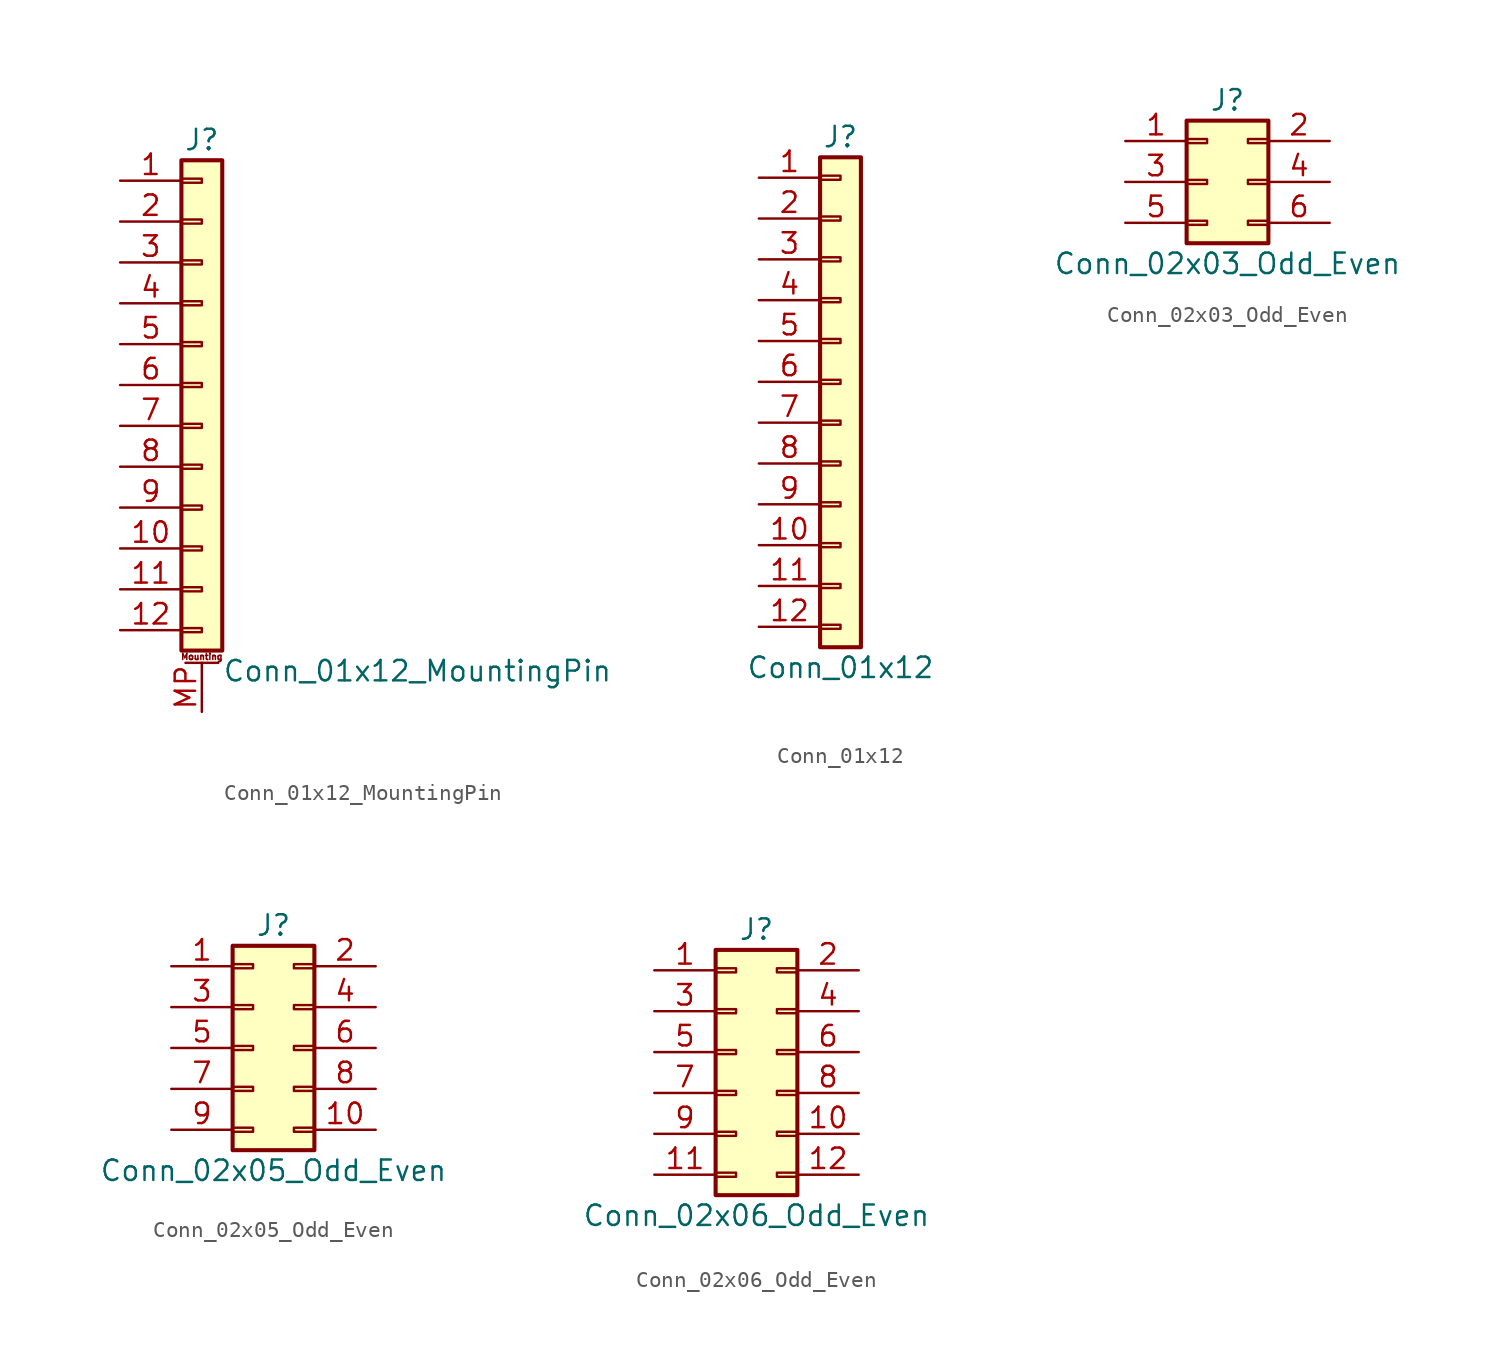
<source format=kicad_sym>
(kicad_symbol_lib
  (version 20241209)
  (generator "kicad_symbol_editor")
  (generator_version "9.0")
  (symbol "Conn_01x12_MountingPin"
    (pin_names
      (offset 1.016)
      (hide yes))
    (property "Reference" "J"
      (at 0 15.24 0)
      (effects (font (size 1.27 1.27))))
    (property "Value" "Conn_01x12_MountingPin"
      (at 1.27 -17.78 0)
      (effects (font (size 1.27 1.27)) (justify left)))
    (symbol "Conn_01x12_MountingPin_1_1"
      (rectangle (start -1.27 13.97) (end 1.27 -16.51) (stroke (width 0.254) (type default)) (fill (type background)))
      (rectangle (start -1.27 12.827) (end 0 12.573) (stroke (width 0.152) (type default)) (fill (type none)))
      (rectangle (start -1.27 10.287) (end 0 10.033) (stroke (width 0.152) (type default)) (fill (type none)))
      (rectangle (start -1.27 7.747) (end 0 7.493) (stroke (width 0.152) (type default)) (fill (type none)))
      (rectangle (start -1.27 5.207) (end 0 4.953) (stroke (width 0.152) (type default)) (fill (type none)))
      (rectangle (start -1.27 2.667) (end 0 2.413) (stroke (width 0.152) (type default)) (fill (type none)))
      (rectangle (start -1.27 0.127) (end 0 -0.127) (stroke (width 0.152) (type default)) (fill (type none)))
      (rectangle (start -1.27 -2.413) (end 0 -2.667) (stroke (width 0.152) (type default)) (fill (type none)))
      (rectangle (start -1.27 -4.953) (end 0 -5.207) (stroke (width 0.152) (type default)) (fill (type none)))
      (rectangle (start -1.27 -7.493) (end 0 -7.747) (stroke (width 0.152) (type default)) (fill (type none)))
      (rectangle (start -1.27 -10.033) (end 0 -10.287) (stroke (width 0.152) (type default)) (fill (type none)))
      (rectangle (start -1.27 -12.573) (end 0 -12.827) (stroke (width 0.152) (type default)) (fill (type none)))
      (rectangle (start -1.27 -15.113) (end 0 -15.367) (stroke (width 0.152) (type default)) (fill (type none)))
      (polyline (pts (xy -1.016 -17.272) (xy 1.016 -17.272)) (stroke (width 0.152) (type default)) (fill (type none)))
      (text "Mounting" (at 0 -16.891 0) (effects (font (size 0.381 0.381))))
      (pin passive line (at -5.08 12.7 0) (length 3.81) (name "Pin_1" (effects (font (size 1.27 1.27)))) (number "1" (effects (font (size 1.27 1.27)))))
      (pin passive line (at -5.08 10.16 0) (length 3.81) (name "Pin_2" (effects (font (size 1.27 1.27)))) (number "2" (effects (font (size 1.27 1.27)))))
      (pin passive line (at -5.08 7.62 0) (length 3.81) (name "Pin_3" (effects (font (size 1.27 1.27)))) (number "3" (effects (font (size 1.27 1.27)))))
      (pin passive line (at -5.08 5.08 0) (length 3.81) (name "Pin_4" (effects (font (size 1.27 1.27)))) (number "4" (effects (font (size 1.27 1.27)))))
      (pin passive line (at -5.08 2.54 0) (length 3.81) (name "Pin_5" (effects (font (size 1.27 1.27)))) (number "5" (effects (font (size 1.27 1.27)))))
      (pin passive line (at -5.08 0 0) (length 3.81) (name "Pin_6" (effects (font (size 1.27 1.27)))) (number "6" (effects (font (size 1.27 1.27)))))
      (pin passive line (at -5.08 -2.54 0) (length 3.81) (name "Pin_7" (effects (font (size 1.27 1.27)))) (number "7" (effects (font (size 1.27 1.27)))))
      (pin passive line (at -5.08 -5.08 0) (length 3.81) (name "Pin_8" (effects (font (size 1.27 1.27)))) (number "8" (effects (font (size 1.27 1.27)))))
      (pin passive line (at -5.08 -7.62 0) (length 3.81) (name "Pin_9" (effects (font (size 1.27 1.27)))) (number "9" (effects (font (size 1.27 1.27)))))
      (pin passive line (at -5.08 -10.16 0) (length 3.81) (name "Pin_10" (effects (font (size 1.27 1.27)))) (number "10" (effects (font (size 1.27 1.27)))))
      (pin passive line (at -5.08 -12.7 0) (length 3.81) (name "Pin_11" (effects (font (size 1.27 1.27)))) (number "11" (effects (font (size 1.27 1.27)))))
      (pin passive line (at -5.08 -15.24 0) (length 3.81) (name "Pin_12" (effects (font (size 1.27 1.27)))) (number "12" (effects (font (size 1.27 1.27)))))
      (pin passive line (at 0 -20.32 90) (length 3.048) (name "MountPin" (effects (font (size 1.27 1.27)))) (number "MP" (effects (font (size 1.27 1.27)))))))
  (symbol "Conn_01x12"
    (pin_names
      (offset 1.016)
      (hide yes))
    (property "Reference" "J"
      (at 0 15.24 0)
      (effects (font (size 1.27 1.27))))
    (property "Value" "Conn_01x12"
      (at 0 -17.78 0)
      (effects (font (size 1.27 1.27))))
    (symbol "Conn_01x12_1_1"
      (rectangle (start -1.27 13.97) (end 1.27 -16.51) (stroke (width 0.254) (type default)) (fill (type background)))
      (rectangle (start -1.27 12.827) (end 0 12.573) (stroke (width 0.152) (type default)) (fill (type none)))
      (rectangle (start -1.27 10.287) (end 0 10.033) (stroke (width 0.152) (type default)) (fill (type none)))
      (rectangle (start -1.27 7.747) (end 0 7.493) (stroke (width 0.152) (type default)) (fill (type none)))
      (rectangle (start -1.27 5.207) (end 0 4.953) (stroke (width 0.152) (type default)) (fill (type none)))
      (rectangle (start -1.27 2.667) (end 0 2.413) (stroke (width 0.152) (type default)) (fill (type none)))
      (rectangle (start -1.27 0.127) (end 0 -0.127) (stroke (width 0.152) (type default)) (fill (type none)))
      (rectangle (start -1.27 -2.413) (end 0 -2.667) (stroke (width 0.152) (type default)) (fill (type none)))
      (rectangle (start -1.27 -4.953) (end 0 -5.207) (stroke (width 0.152) (type default)) (fill (type none)))
      (rectangle (start -1.27 -7.493) (end 0 -7.747) (stroke (width 0.152) (type default)) (fill (type none)))
      (rectangle (start -1.27 -10.033) (end 0 -10.287) (stroke (width 0.152) (type default)) (fill (type none)))
      (rectangle (start -1.27 -12.573) (end 0 -12.827) (stroke (width 0.152) (type default)) (fill (type none)))
      (rectangle (start -1.27 -15.113) (end 0 -15.367) (stroke (width 0.152) (type default)) (fill (type none)))
      (pin passive line (at -5.08 12.7 0) (length 3.81) (name "Pin_1" (effects (font (size 1.27 1.27)))) (number "1" (effects (font (size 1.27 1.27)))))
      (pin passive line (at -5.08 10.16 0) (length 3.81) (name "Pin_2" (effects (font (size 1.27 1.27)))) (number "2" (effects (font (size 1.27 1.27)))))
      (pin passive line (at -5.08 7.62 0) (length 3.81) (name "Pin_3" (effects (font (size 1.27 1.27)))) (number "3" (effects (font (size 1.27 1.27)))))
      (pin passive line (at -5.08 5.08 0) (length 3.81) (name "Pin_4" (effects (font (size 1.27 1.27)))) (number "4" (effects (font (size 1.27 1.27)))))
      (pin passive line (at -5.08 2.54 0) (length 3.81) (name "Pin_5" (effects (font (size 1.27 1.27)))) (number "5" (effects (font (size 1.27 1.27)))))
      (pin passive line (at -5.08 0 0) (length 3.81) (name "Pin_6" (effects (font (size 1.27 1.27)))) (number "6" (effects (font (size 1.27 1.27)))))
      (pin passive line (at -5.08 -2.54 0) (length 3.81) (name "Pin_7" (effects (font (size 1.27 1.27)))) (number "7" (effects (font (size 1.27 1.27)))))
      (pin passive line (at -5.08 -5.08 0) (length 3.81) (name "Pin_8" (effects (font (size 1.27 1.27)))) (number "8" (effects (font (size 1.27 1.27)))))
      (pin passive line (at -5.08 -7.62 0) (length 3.81) (name "Pin_9" (effects (font (size 1.27 1.27)))) (number "9" (effects (font (size 1.27 1.27)))))
      (pin passive line (at -5.08 -10.16 0) (length 3.81) (name "Pin_10" (effects (font (size 1.27 1.27)))) (number "10" (effects (font (size 1.27 1.27)))))
      (pin passive line (at -5.08 -12.7 0) (length 3.81) (name "Pin_11" (effects (font (size 1.27 1.27)))) (number "11" (effects (font (size 1.27 1.27)))))
      (pin passive line (at -5.08 -15.24 0) (length 3.81) (name "Pin_12" (effects (font (size 1.27 1.27)))) (number "12" (effects (font (size 1.27 1.27)))))))
  (symbol "Conn_02x03_Odd_Even"
    (pin_names
      (offset 1.016)
      (hide yes))
    (property "Reference" "J"
      (at 1.27 5.08 0)
      (effects (font (size 1.27 1.27))))
    (property "Value" "Conn_02x03_Odd_Even"
      (at 1.27 -5.08 0)
      (effects (font (size 1.27 1.27))))
    (symbol "Conn_02x03_Odd_Even_1_1"
      (rectangle (start -1.27 3.81) (end 3.81 -3.81) (stroke (width 0.254) (type default)) (fill (type background)))
      (rectangle (start -1.27 2.667) (end 0 2.413) (stroke (width 0.152) (type default)) (fill (type none)))
      (rectangle (start -1.27 0.127) (end 0 -0.127) (stroke (width 0.152) (type default)) (fill (type none)))
      (rectangle (start -1.27 -2.413) (end 0 -2.667) (stroke (width 0.152) (type default)) (fill (type none)))
      (rectangle (start 3.81 2.667) (end 2.54 2.413) (stroke (width 0.152) (type default)) (fill (type none)))
      (rectangle (start 3.81 0.127) (end 2.54 -0.127) (stroke (width 0.152) (type default)) (fill (type none)))
      (rectangle (start 3.81 -2.413) (end 2.54 -2.667) (stroke (width 0.152) (type default)) (fill (type none)))
      (pin passive line (at -5.08 2.54 0) (length 3.81) (name "Pin_1" (effects (font (size 1.27 1.27)))) (number "1" (effects (font (size 1.27 1.27)))))
      (pin passive line (at -5.08 0 0) (length 3.81) (name "Pin_3" (effects (font (size 1.27 1.27)))) (number "3" (effects (font (size 1.27 1.27)))))
      (pin passive line (at -5.08 -2.54 0) (length 3.81) (name "Pin_5" (effects (font (size 1.27 1.27)))) (number "5" (effects (font (size 1.27 1.27)))))
      (pin passive line (at 7.62 2.54 180) (length 3.81) (name "Pin_2" (effects (font (size 1.27 1.27)))) (number "2" (effects (font (size 1.27 1.27)))))
      (pin passive line (at 7.62 0 180) (length 3.81) (name "Pin_4" (effects (font (size 1.27 1.27)))) (number "4" (effects (font (size 1.27 1.27)))))
      (pin passive line (at 7.62 -2.54 180) (length 3.81) (name "Pin_6" (effects (font (size 1.27 1.27)))) (number "6" (effects (font (size 1.27 1.27)))))))
  (symbol "Conn_02x05_Odd_Even"
    (pin_names
      (offset 1.016)
      (hide yes))
    (property "Reference" "J"
      (at 1.27 7.62 0)
      (effects (font (size 1.27 1.27))))
    (property "Value" "Conn_02x05_Odd_Even"
      (at 1.27 -7.62 0)
      (effects (font (size 1.27 1.27))))
    (symbol "Conn_02x05_Odd_Even_1_1"
      (rectangle (start -1.27 6.35) (end 3.81 -6.35) (stroke (width 0.254) (type default)) (fill (type background)))
      (rectangle (start -1.27 5.207) (end 0 4.953) (stroke (width 0.152) (type default)) (fill (type none)))
      (rectangle (start -1.27 2.667) (end 0 2.413) (stroke (width 0.152) (type default)) (fill (type none)))
      (rectangle (start -1.27 0.127) (end 0 -0.127) (stroke (width 0.152) (type default)) (fill (type none)))
      (rectangle (start -1.27 -2.413) (end 0 -2.667) (stroke (width 0.152) (type default)) (fill (type none)))
      (rectangle (start -1.27 -4.953) (end 0 -5.207) (stroke (width 0.152) (type default)) (fill (type none)))
      (rectangle (start 3.81 5.207) (end 2.54 4.953) (stroke (width 0.152) (type default)) (fill (type none)))
      (rectangle (start 3.81 2.667) (end 2.54 2.413) (stroke (width 0.152) (type default)) (fill (type none)))
      (rectangle (start 3.81 0.127) (end 2.54 -0.127) (stroke (width 0.152) (type default)) (fill (type none)))
      (rectangle (start 3.81 -2.413) (end 2.54 -2.667) (stroke (width 0.152) (type default)) (fill (type none)))
      (rectangle (start 3.81 -4.953) (end 2.54 -5.207) (stroke (width 0.152) (type default)) (fill (type none)))
      (pin passive line (at -5.08 5.08 0) (length 3.81) (name "Pin_1" (effects (font (size 1.27 1.27)))) (number "1" (effects (font (size 1.27 1.27)))))
      (pin passive line (at -5.08 2.54 0) (length 3.81) (name "Pin_3" (effects (font (size 1.27 1.27)))) (number "3" (effects (font (size 1.27 1.27)))))
      (pin passive line (at -5.08 0 0) (length 3.81) (name "Pin_5" (effects (font (size 1.27 1.27)))) (number "5" (effects (font (size 1.27 1.27)))))
      (pin passive line (at -5.08 -2.54 0) (length 3.81) (name "Pin_7" (effects (font (size 1.27 1.27)))) (number "7" (effects (font (size 1.27 1.27)))))
      (pin passive line (at -5.08 -5.08 0) (length 3.81) (name "Pin_9" (effects (font (size 1.27 1.27)))) (number "9" (effects (font (size 1.27 1.27)))))
      (pin passive line (at 7.62 5.08 180) (length 3.81) (name "Pin_2" (effects (font (size 1.27 1.27)))) (number "2" (effects (font (size 1.27 1.27)))))
      (pin passive line (at 7.62 2.54 180) (length 3.81) (name "Pin_4" (effects (font (size 1.27 1.27)))) (number "4" (effects (font (size 1.27 1.27)))))
      (pin passive line (at 7.62 0 180) (length 3.81) (name "Pin_6" (effects (font (size 1.27 1.27)))) (number "6" (effects (font (size 1.27 1.27)))))
      (pin passive line (at 7.62 -2.54 180) (length 3.81) (name "Pin_8" (effects (font (size 1.27 1.27)))) (number "8" (effects (font (size 1.27 1.27)))))
      (pin passive line (at 7.62 -5.08 180) (length 3.81) (name "Pin_10" (effects (font (size 1.27 1.27)))) (number "10" (effects (font (size 1.27 1.27)))))))
  (symbol "Conn_02x06_Odd_Even"
    (pin_names
      (offset 1.016)
      (hide yes))
    (property "Reference" "J"
      (at 1.27 7.62 0)
      (effects (font (size 1.27 1.27))))
    (property "Value" "Conn_02x06_Odd_Even"
      (at 1.27 -10.16 0)
      (effects (font (size 1.27 1.27))))
    (symbol "Conn_02x06_Odd_Even_1_1"
      (rectangle (start -1.27 6.35) (end 3.81 -8.89) (stroke (width 0.254) (type default)) (fill (type background)))
      (rectangle (start -1.27 5.207) (end 0 4.953) (stroke (width 0.152) (type default)) (fill (type none)))
      (rectangle (start -1.27 2.667) (end 0 2.413) (stroke (width 0.152) (type default)) (fill (type none)))
      (rectangle (start -1.27 0.127) (end 0 -0.127) (stroke (width 0.152) (type default)) (fill (type none)))
      (rectangle (start -1.27 -2.413) (end 0 -2.667) (stroke (width 0.152) (type default)) (fill (type none)))
      (rectangle (start -1.27 -4.953) (end 0 -5.207) (stroke (width 0.152) (type default)) (fill (type none)))
      (rectangle (start -1.27 -7.493) (end 0 -7.747) (stroke (width 0.152) (type default)) (fill (type none)))
      (rectangle (start 3.81 5.207) (end 2.54 4.953) (stroke (width 0.152) (type default)) (fill (type none)))
      (rectangle (start 3.81 2.667) (end 2.54 2.413) (stroke (width 0.152) (type default)) (fill (type none)))
      (rectangle (start 3.81 0.127) (end 2.54 -0.127) (stroke (width 0.152) (type default)) (fill (type none)))
      (rectangle (start 3.81 -2.413) (end 2.54 -2.667) (stroke (width 0.152) (type default)) (fill (type none)))
      (rectangle (start 3.81 -4.953) (end 2.54 -5.207) (stroke (width 0.152) (type default)) (fill (type none)))
      (rectangle (start 3.81 -7.493) (end 2.54 -7.747) (stroke (width 0.152) (type default)) (fill (type none)))
      (pin passive line (at -5.08 5.08 0) (length 3.81) (name "Pin_1" (effects (font (size 1.27 1.27)))) (number "1" (effects (font (size 1.27 1.27)))))
      (pin passive line (at -5.08 2.54 0) (length 3.81) (name "Pin_3" (effects (font (size 1.27 1.27)))) (number "3" (effects (font (size 1.27 1.27)))))
      (pin passive line (at -5.08 0 0) (length 3.81) (name "Pin_5" (effects (font (size 1.27 1.27)))) (number "5" (effects (font (size 1.27 1.27)))))
      (pin passive line (at -5.08 -2.54 0) (length 3.81) (name "Pin_7" (effects (font (size 1.27 1.27)))) (number "7" (effects (font (size 1.27 1.27)))))
      (pin passive line (at -5.08 -5.08 0) (length 3.81) (name "Pin_9" (effects (font (size 1.27 1.27)))) (number "9" (effects (font (size 1.27 1.27)))))
      (pin passive line (at -5.08 -7.62 0) (length 3.81) (name "Pin_11" (effects (font (size 1.27 1.27)))) (number "11" (effects (font (size 1.27 1.27)))))
      (pin passive line (at 7.62 5.08 180) (length 3.81) (name "Pin_2" (effects (font (size 1.27 1.27)))) (number "2" (effects (font (size 1.27 1.27)))))
      (pin passive line (at 7.62 2.54 180) (length 3.81) (name "Pin_4" (effects (font (size 1.27 1.27)))) (number "4" (effects (font (size 1.27 1.27)))))
      (pin passive line (at 7.62 0 180) (length 3.81) (name "Pin_6" (effects (font (size 1.27 1.27)))) (number "6" (effects (font (size 1.27 1.27)))))
      (pin passive line (at 7.62 -2.54 180) (length 3.81) (name "Pin_8" (effects (font (size 1.27 1.27)))) (number "8" (effects (font (size 1.27 1.27)))))
      (pin passive line (at 7.62 -5.08 180) (length 3.81) (name "Pin_10" (effects (font (size 1.27 1.27)))) (number "10" (effects (font (size 1.27 1.27)))))
      (pin passive line (at 7.62 -7.62 180) (length 3.81) (name "Pin_12" (effects (font (size 1.27 1.27)))) (number "12" (effects (font (size 1.27 1.27))))))))
</source>
